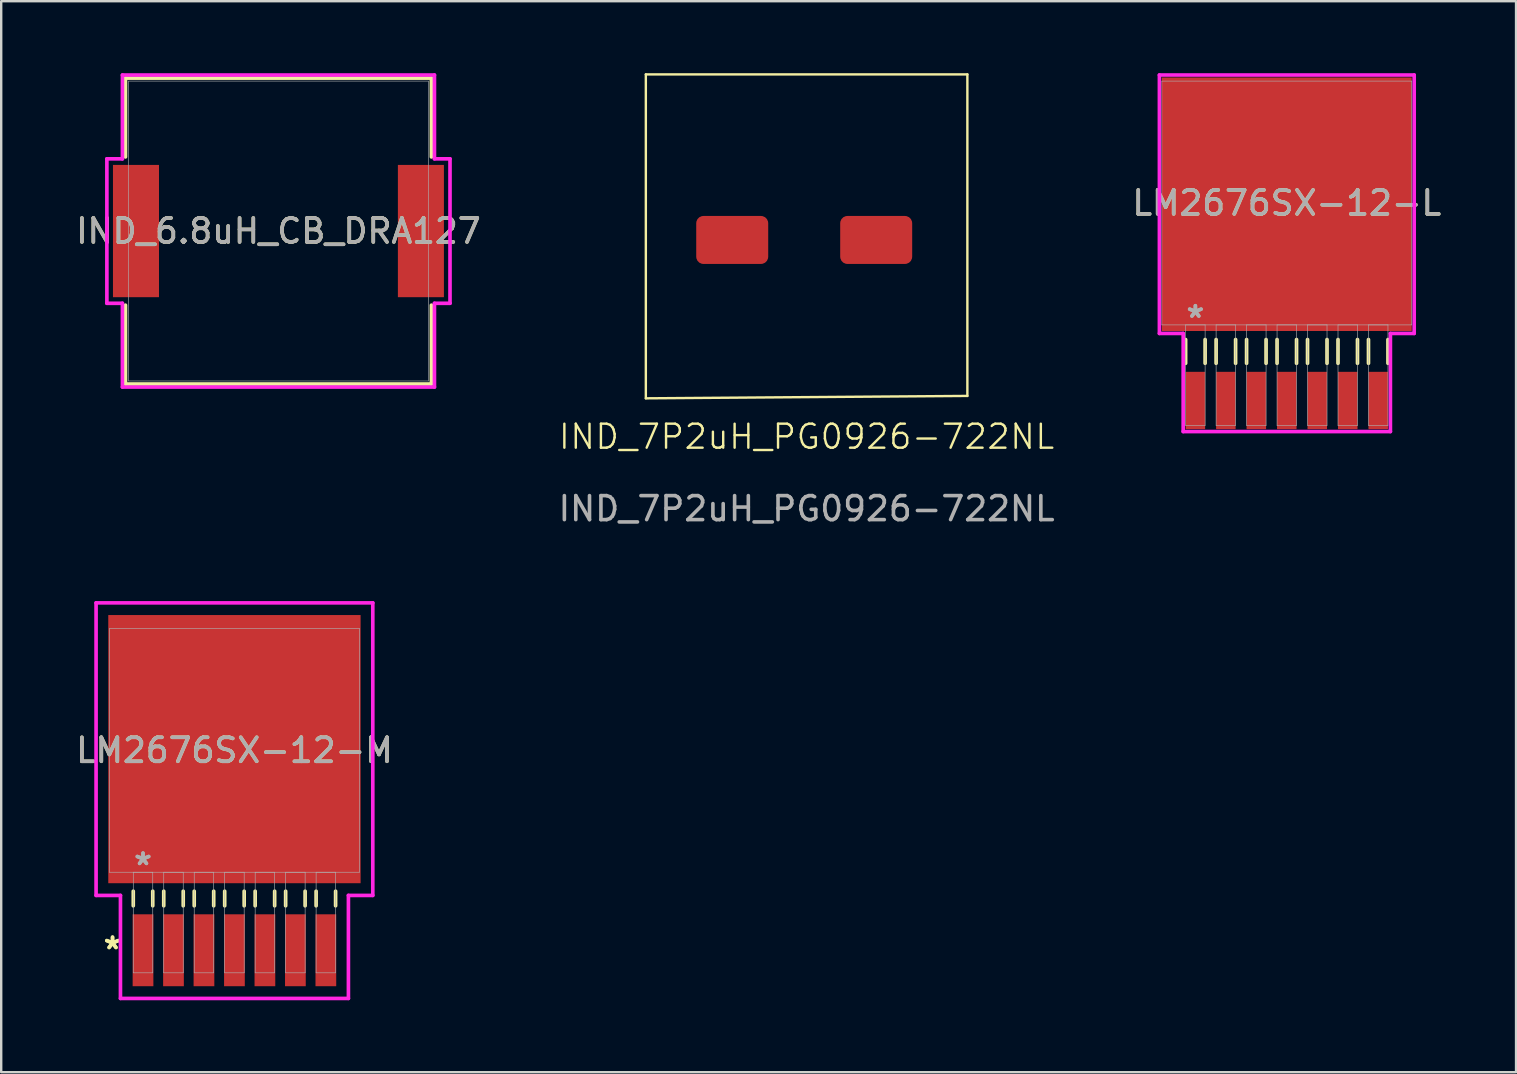
<source format=kicad_pcb>
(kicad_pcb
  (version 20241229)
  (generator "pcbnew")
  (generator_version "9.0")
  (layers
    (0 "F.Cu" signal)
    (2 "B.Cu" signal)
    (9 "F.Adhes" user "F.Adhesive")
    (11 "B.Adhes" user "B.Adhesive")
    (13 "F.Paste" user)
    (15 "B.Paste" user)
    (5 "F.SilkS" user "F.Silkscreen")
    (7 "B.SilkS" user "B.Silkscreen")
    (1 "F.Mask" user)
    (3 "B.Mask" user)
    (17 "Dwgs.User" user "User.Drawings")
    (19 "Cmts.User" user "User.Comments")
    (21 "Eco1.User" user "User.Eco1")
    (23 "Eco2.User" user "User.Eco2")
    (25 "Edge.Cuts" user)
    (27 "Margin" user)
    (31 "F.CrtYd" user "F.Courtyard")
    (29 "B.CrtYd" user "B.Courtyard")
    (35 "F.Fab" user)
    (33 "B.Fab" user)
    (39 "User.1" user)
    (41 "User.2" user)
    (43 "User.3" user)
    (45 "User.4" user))
  (footprint "IND_7P2uH_PG0926-722NL"
    (layer "F.Cu")
    (at 30.565 15.65)
    (property "Reference" "IND_7P2uH_PG0926-722NL" (at 0 -0.5 0) (unlocked yes) (layer "F.SilkS") (effects (font (size 1 1) (thickness 0.1))))
    (attr smd)
    (fp_line (start -6.7 -15.6) (end -6.7 -2.1) (stroke (width 0.1) (type default)) (layer "F.SilkS"))
    (fp_line (start -6.7 -2.1) (end 6.7 -2.2) (stroke (width 0.1) (type default)) (layer "F.SilkS"))
    (fp_line (start 6.7 -15.6) (end -6.7 -15.6) (stroke (width 0.1) (type default)) (layer "F.SilkS"))
    (fp_line (start 6.7 -2.2) (end 6.7 -15.6) (stroke (width 0.1) (type default)) (layer "F.SilkS"))
    (fp_text user "${REFERENCE}" (at 0 2.5 0) (unlocked yes) (layer "F.Fab") (effects (font (size 1 1) (thickness 0.15))))
    (pad "1" smd roundrect (at -3.1 -8.7) (size 3 2) (layers "F.Cu" "F.Mask" "F.Paste") (roundrect_rratio 0.15))
    (pad "2" smd roundrect (at 2.9 -8.7) (size 3 2) (layers "F.Cu" "F.Mask" "F.Paste") (roundrect_rratio 0.15)))
  (footprint "IND_6.8uH_CB_DRA127"
    (layer "F.Cu")
    (at 8.554 6.579)
    (property "Reference" "IND_6.8uH_CB_DRA127" (at 0 0 0) (unlocked yes) (layer "F.SilkS") (effects (font (size 1 1) (thickness 0.15))))
    (attr smd)
    (fp_line (start -6.375 -6.375) (end -6.375 -3.089) (stroke (width 0.152) (type solid)) (layer "F.SilkS"))
    (fp_line (start -6.375 3.089) (end -6.375 6.375) (stroke (width 0.152) (type solid)) (layer "F.SilkS"))
    (fp_line (start -6.375 6.375) (end 6.375 6.375) (stroke (width 0.152) (type solid)) (layer "F.SilkS"))
    (fp_line (start 6.375 -6.375) (end -6.375 -6.375) (stroke (width 0.152) (type solid)) (layer "F.SilkS"))
    (fp_line (start 6.375 -3.089) (end 6.375 -6.375) (stroke (width 0.152) (type solid)) (layer "F.SilkS"))
    (fp_line (start 6.375 6.375) (end 6.375 3.089) (stroke (width 0.152) (type solid)) (layer "F.SilkS"))
    (fp_line (start -7.15 -3.01) (end -6.502 -3.01) (stroke (width 0.152) (type solid)) (layer "F.CrtYd"))
    (fp_line (start -7.15 3.01) (end -7.15 -3.01) (stroke (width 0.152) (type solid)) (layer "F.CrtYd"))
    (fp_line (start -6.502 -6.502) (end 6.502 -6.502) (stroke (width 0.152) (type solid)) (layer "F.CrtYd"))
    (fp_line (start -6.502 -3.01) (end -6.502 -6.502) (stroke (width 0.152) (type solid)) (layer "F.CrtYd"))
    (fp_line (start -6.502 3.01) (end -7.15 3.01) (stroke (width 0.152) (type solid)) (layer "F.CrtYd"))
    (fp_line (start -6.502 6.502) (end -6.502 3.01) (stroke (width 0.152) (type solid)) (layer "F.CrtYd"))
    (fp_line (start 6.502 -6.502) (end 6.502 -3.01) (stroke (width 0.152) (type solid)) (layer "F.CrtYd"))
    (fp_line (start 6.502 -3.01) (end 7.15 -3.01) (stroke (width 0.152) (type solid)) (layer "F.CrtYd"))
    (fp_line (start 6.502 3.01) (end 6.502 6.502) (stroke (width 0.152) (type solid)) (layer "F.CrtYd"))
    (fp_line (start 6.502 6.502) (end -6.502 6.502) (stroke (width 0.152) (type solid)) (layer "F.CrtYd"))
    (fp_line (start 7.15 -3.01) (end 7.15 3.01) (stroke (width 0.152) (type solid)) (layer "F.CrtYd"))
    (fp_line (start 7.15 3.01) (end 6.502 3.01) (stroke (width 0.152) (type solid)) (layer "F.CrtYd"))
    (fp_line (start -6.248 -6.248) (end -6.248 6.248) (stroke (width 0.025) (type solid)) (layer "F.Fab"))
    (fp_line (start -6.248 6.248) (end 6.248 6.248) (stroke (width 0.025) (type solid)) (layer "F.Fab"))
    (fp_line (start 6.248 -6.248) (end -6.248 -6.248) (stroke (width 0.025) (type solid)) (layer "F.Fab"))
    (fp_line (start 6.248 6.248) (end 6.248 -6.248) (stroke (width 0.025) (type solid)) (layer "F.Fab"))
    (fp_circle (center -6.172 0) (end -6.172 0) (stroke (width 0.025) (type solid)) (fill no) (layer "F.Fab"))
    (fp_text user "${REFERENCE}" (at 0 0 0) (unlocked yes) (layer "F.Fab") (effects (font (size 1 1) (thickness 0.15))))
    (pad "1" smd rect (at -5.937 0) (size 1.918 5.512) (layers "F.Cu" "F.Mask" "F.Paste"))
    (pad "2" smd rect (at 5.937 0) (size 1.918 5.512) (layers "F.Cu" "F.Mask" "F.Paste"))
    (zone (net_name "") (layer "F.Cu") (hatch full 0.508) (connect_pads) (min_thickness 0.254) (filled_areas_thickness no) (keepout (tracks not_allowed) (vias not_allowed) (pads allowed) (copperpour not_allowed) (footprints allowed)) (placement (enabled no)) (fill) (polygon (pts (xy 3.626 0.381) (xy 13.481 0.381) (xy 13.481 12.776) (xy 3.626 12.776)))))
  (footprint "LM2676SX-12-M"
    (layer "F.Cu")
    (at 6.72 28.221)
    (property "Reference" "LM2676SX-12-M" (at 0 0 0) (unlocked yes) (layer "F.SilkS") (effects (font (size 1 1) (thickness 0.15))))
    (attr smd)
    (fp_line (start -4.216 5.87) (end -4.216 6.477) (stroke (width 0.152) (type solid)) (layer "F.SilkS"))
    (fp_line (start -3.404 5.87) (end -3.404 6.477) (stroke (width 0.152) (type solid)) (layer "F.SilkS"))
    (fp_line (start -2.946 5.87) (end -2.946 6.477) (stroke (width 0.152) (type solid)) (layer "F.SilkS"))
    (fp_line (start -2.134 5.87) (end -2.134 6.477) (stroke (width 0.152) (type solid)) (layer "F.SilkS"))
    (fp_line (start -1.676 5.87) (end -1.676 6.477) (stroke (width 0.152) (type solid)) (layer "F.SilkS"))
    (fp_line (start -0.864 5.87) (end -0.864 6.477) (stroke (width 0.152) (type solid)) (layer "F.SilkS"))
    (fp_line (start -0.406 5.87) (end -0.406 6.477) (stroke (width 0.152) (type solid)) (layer "F.SilkS"))
    (fp_line (start 0.406 5.87) (end 0.406 6.477) (stroke (width 0.152) (type solid)) (layer "F.SilkS"))
    (fp_line (start 0.864 5.87) (end 0.864 6.477) (stroke (width 0.152) (type solid)) (layer "F.SilkS"))
    (fp_line (start 1.676 5.87) (end 1.676 6.477) (stroke (width 0.152) (type solid)) (layer "F.SilkS"))
    (fp_line (start 2.134 5.87) (end 2.134 6.477) (stroke (width 0.152) (type solid)) (layer "F.SilkS"))
    (fp_line (start 2.946 5.87) (end 2.946 6.477) (stroke (width 0.152) (type solid)) (layer "F.SilkS"))
    (fp_line (start 3.404 5.87) (end 3.404 6.477) (stroke (width 0.152) (type solid)) (layer "F.SilkS"))
    (fp_line (start 4.216 5.87) (end 4.216 6.477) (stroke (width 0.152) (type solid)) (layer "F.SilkS"))
    (fp_line (start -5.766 -6.147) (end 5.766 -6.147) (stroke (width 0.152) (type solid)) (layer "F.CrtYd"))
    (fp_line (start -5.766 6.045) (end -5.766 -6.147) (stroke (width 0.152) (type solid)) (layer "F.CrtYd"))
    (fp_line (start -4.75 6.045) (end -5.766 6.045) (stroke (width 0.152) (type solid)) (layer "F.CrtYd"))
    (fp_line (start -4.75 10.338) (end -4.75 6.045) (stroke (width 0.152) (type solid)) (layer "F.CrtYd"))
    (fp_line (start 4.75 6.045) (end 4.75 10.338) (stroke (width 0.152) (type solid)) (layer "F.CrtYd"))
    (fp_line (start 4.75 10.338) (end -4.75 10.338) (stroke (width 0.152) (type solid)) (layer "F.CrtYd"))
    (fp_line (start 5.766 -6.147) (end 5.766 6.045) (stroke (width 0.152) (type solid)) (layer "F.CrtYd"))
    (fp_line (start 5.766 6.045) (end 4.75 6.045) (stroke (width 0.152) (type solid)) (layer "F.CrtYd"))
    (fp_line (start -5.207 -5.08) (end -5.207 5.08) (stroke (width 0.025) (type solid)) (layer "F.Fab"))
    (fp_line (start -5.207 5.08) (end 5.207 5.08) (stroke (width 0.025) (type solid)) (layer "F.Fab"))
    (fp_line (start -4.216 5.08) (end -4.216 9.271) (stroke (width 0.025) (type solid)) (layer "F.Fab"))
    (fp_line (start -4.216 9.271) (end -3.404 9.271) (stroke (width 0.025) (type solid)) (layer "F.Fab"))
    (fp_line (start -3.404 5.08) (end -4.216 5.08) (stroke (width 0.025) (type solid)) (layer "F.Fab"))
    (fp_line (start -3.404 9.271) (end -3.404 5.08) (stroke (width 0.025) (type solid)) (layer "F.Fab"))
    (fp_line (start -2.946 5.08) (end -2.946 9.271) (stroke (width 0.025) (type solid)) (layer "F.Fab"))
    (fp_line (start -2.946 9.271) (end -2.134 9.271) (stroke (width 0.025) (type solid)) (layer "F.Fab"))
    (fp_line (start -2.134 5.08) (end -2.946 5.08) (stroke (width 0.025) (type solid)) (layer "F.Fab"))
    (fp_line (start -2.134 9.271) (end -2.134 5.08) (stroke (width 0.025) (type solid)) (layer "F.Fab"))
    (fp_line (start -1.676 5.08) (end -1.676 9.271) (stroke (width 0.025) (type solid)) (layer "F.Fab"))
    (fp_line (start -1.676 9.271) (end -0.864 9.271) (stroke (width 0.025) (type solid)) (layer "F.Fab"))
    (fp_line (start -0.864 5.08) (end -1.676 5.08) (stroke (width 0.025) (type solid)) (layer "F.Fab"))
    (fp_line (start -0.864 9.271) (end -0.864 5.08) (stroke (width 0.025) (type solid)) (layer "F.Fab"))
    (fp_line (start -0.406 5.08) (end -0.406 9.271) (stroke (width 0.025) (type solid)) (layer "F.Fab"))
    (fp_line (start -0.406 9.271) (end 0.406 9.271) (stroke (width 0.025) (type solid)) (layer "F.Fab"))
    (fp_line (start 0.406 5.08) (end -0.406 5.08) (stroke (width 0.025) (type solid)) (layer "F.Fab"))
    (fp_line (start 0.406 9.271) (end 0.406 5.08) (stroke (width 0.025) (type solid)) (layer "F.Fab"))
    (fp_line (start 0.864 5.08) (end 0.864 9.271) (stroke (width 0.025) (type solid)) (layer "F.Fab"))
    (fp_line (start 0.864 9.271) (end 1.676 9.271) (stroke (width 0.025) (type solid)) (layer "F.Fab"))
    (fp_line (start 1.676 5.08) (end 0.864 5.08) (stroke (width 0.025) (type solid)) (layer "F.Fab"))
    (fp_line (start 1.676 9.271) (end 1.676 5.08) (stroke (width 0.025) (type solid)) (layer "F.Fab"))
    (fp_line (start 2.134 5.08) (end 2.134 9.271) (stroke (width 0.025) (type solid)) (layer "F.Fab"))
    (fp_line (start 2.134 9.271) (end 2.946 9.271) (stroke (width 0.025) (type solid)) (layer "F.Fab"))
    (fp_line (start 2.946 5.08) (end 2.134 5.08) (stroke (width 0.025) (type solid)) (layer "F.Fab"))
    (fp_line (start 2.946 9.271) (end 2.946 5.08) (stroke (width 0.025) (type solid)) (layer "F.Fab"))
    (fp_line (start 3.404 5.08) (end 3.404 9.271) (stroke (width 0.025) (type solid)) (layer "F.Fab"))
    (fp_line (start 3.404 9.271) (end 4.216 9.271) (stroke (width 0.025) (type solid)) (layer "F.Fab"))
    (fp_line (start 4.216 5.08) (end 3.404 5.08) (stroke (width 0.025) (type solid)) (layer "F.Fab"))
    (fp_line (start 4.216 9.271) (end 4.216 5.08) (stroke (width 0.025) (type solid)) (layer "F.Fab"))
    (fp_line (start 5.207 -5.08) (end -5.207 -5.08) (stroke (width 0.025) (type solid)) (layer "F.Fab"))
    (fp_line (start 5.207 5.08) (end 5.207 -5.08) (stroke (width 0.025) (type solid)) (layer "F.Fab"))
    (fp_text user "*" (at -5.08 8.331 0) (unlocked yes) (layer "F.SilkS") (effects (font (size 1 1) (thickness 0.15))))
    (fp_text user "*" (at -5.08 8.331 0) (layer "F.SilkS") (effects (font (size 1 1) (thickness 0.15))))
    (fp_text user "${REFERENCE}" (at 0 0 0) (unlocked yes) (layer "F.Fab") (effects (font (size 1 1) (thickness 0.15))))
    (fp_text user "*" (at -3.81 4.826 0) (unlocked yes) (layer "F.Fab") (effects (font (size 1 1) (thickness 0.15))))
    (fp_text user "*" (at -3.81 4.826 0) (layer "F.Fab") (effects (font (size 1 1) (thickness 0.15))))
    (pad "1" smd rect (at -3.81 8.331) (size 0.864 2.997) (layers "F.Cu" "F.Mask" "F.Paste"))
    (pad "2" smd rect (at -2.54 8.331) (size 0.864 2.997) (layers "F.Cu" "F.Mask" "F.Paste"))
    (pad "3" smd rect (at -1.27 8.331) (size 0.864 2.997) (layers "F.Cu" "F.Mask" "F.Paste"))
    (pad "4" smd rect (at 0 8.331) (size 0.864 2.997) (layers "F.Cu" "F.Mask" "F.Paste"))
    (pad "5" smd rect (at 1.27 8.331) (size 0.864 2.997) (layers "F.Cu" "F.Mask" "F.Paste"))
    (pad "6" smd rect (at 2.54 8.331) (size 0.864 2.997) (layers "F.Cu" "F.Mask" "F.Paste"))
    (pad "7" smd rect (at 3.81 8.331) (size 0.864 2.997) (layers "F.Cu" "F.Mask" "F.Paste"))
    (pad "8" smd rect (at 0 -0.051) (size 10.516 11.176) (layers "F.Cu" "F.Mask" "F.Paste")))
  (footprint "LM2676SX-12-L"
    (layer "F.Cu")
    (at 50.577 5.41)
    (property "Reference" "LM2676SX-12-L" (at 0 0 0) (unlocked yes) (layer "F.SilkS") (effects (font (size 1 1) (thickness 0.15))))
    (attr smd)
    (fp_line (start -4.216 5.69) (end -4.216 6.68) (stroke (width 0.152) (type solid)) (layer "F.SilkS"))
    (fp_line (start -3.404 5.69) (end -3.404 6.68) (stroke (width 0.152) (type solid)) (layer "F.SilkS"))
    (fp_line (start -2.946 5.69) (end -2.946 6.68) (stroke (width 0.152) (type solid)) (layer "F.SilkS"))
    (fp_line (start -2.134 5.69) (end -2.134 6.68) (stroke (width 0.152) (type solid)) (layer "F.SilkS"))
    (fp_line (start -1.676 5.69) (end -1.676 6.68) (stroke (width 0.152) (type solid)) (layer "F.SilkS"))
    (fp_line (start -0.864 5.69) (end -0.864 6.68) (stroke (width 0.152) (type solid)) (layer "F.SilkS"))
    (fp_line (start -0.406 5.69) (end -0.406 6.68) (stroke (width 0.152) (type solid)) (layer "F.SilkS"))
    (fp_line (start 0.406 5.69) (end 0.406 6.68) (stroke (width 0.152) (type solid)) (layer "F.SilkS"))
    (fp_line (start 0.864 5.69) (end 0.864 6.68) (stroke (width 0.152) (type solid)) (layer "F.SilkS"))
    (fp_line (start 1.676 5.69) (end 1.676 6.68) (stroke (width 0.152) (type solid)) (layer "F.SilkS"))
    (fp_line (start 2.134 5.69) (end 2.134 6.68) (stroke (width 0.152) (type solid)) (layer "F.SilkS"))
    (fp_line (start 2.946 5.69) (end 2.946 6.68) (stroke (width 0.152) (type solid)) (layer "F.SilkS"))
    (fp_line (start 3.404 5.69) (end 3.404 6.68) (stroke (width 0.152) (type solid)) (layer "F.SilkS"))
    (fp_line (start 4.216 5.69) (end 4.216 6.68) (stroke (width 0.152) (type solid)) (layer "F.SilkS"))
    (fp_line (start -5.309 -5.334) (end 5.309 -5.334) (stroke (width 0.152) (type solid)) (layer "F.CrtYd"))
    (fp_line (start -5.309 5.436) (end -5.309 -5.334) (stroke (width 0.152) (type solid)) (layer "F.CrtYd"))
    (fp_line (start -4.318 5.436) (end -5.309 5.436) (stroke (width 0.152) (type solid)) (layer "F.CrtYd"))
    (fp_line (start -4.318 9.525) (end -4.318 5.436) (stroke (width 0.152) (type solid)) (layer "F.CrtYd"))
    (fp_line (start 4.318 5.436) (end 4.318 9.525) (stroke (width 0.152) (type solid)) (layer "F.CrtYd"))
    (fp_line (start 4.318 9.525) (end -4.318 9.525) (stroke (width 0.152) (type solid)) (layer "F.CrtYd"))
    (fp_line (start 5.309 -5.334) (end 5.309 5.436) (stroke (width 0.152) (type solid)) (layer "F.CrtYd"))
    (fp_line (start 5.309 5.436) (end 4.318 5.436) (stroke (width 0.152) (type solid)) (layer "F.CrtYd"))
    (fp_line (start -5.207 -5.08) (end -5.207 5.08) (stroke (width 0.025) (type solid)) (layer "F.Fab"))
    (fp_line (start -5.207 5.08) (end 5.207 5.08) (stroke (width 0.025) (type solid)) (layer "F.Fab"))
    (fp_line (start -4.216 5.08) (end -4.216 9.271) (stroke (width 0.025) (type solid)) (layer "F.Fab"))
    (fp_line (start -4.216 9.271) (end -3.404 9.271) (stroke (width 0.025) (type solid)) (layer "F.Fab"))
    (fp_line (start -3.404 5.08) (end -4.216 5.08) (stroke (width 0.025) (type solid)) (layer "F.Fab"))
    (fp_line (start -3.404 9.271) (end -3.404 5.08) (stroke (width 0.025) (type solid)) (layer "F.Fab"))
    (fp_line (start -2.946 5.08) (end -2.946 9.271) (stroke (width 0.025) (type solid)) (layer "F.Fab"))
    (fp_line (start -2.946 9.271) (end -2.134 9.271) (stroke (width 0.025) (type solid)) (layer "F.Fab"))
    (fp_line (start -2.134 5.08) (end -2.946 5.08) (stroke (width 0.025) (type solid)) (layer "F.Fab"))
    (fp_line (start -2.134 9.271) (end -2.134 5.08) (stroke (width 0.025) (type solid)) (layer "F.Fab"))
    (fp_line (start -1.676 5.08) (end -1.676 9.271) (stroke (width 0.025) (type solid)) (layer "F.Fab"))
    (fp_line (start -1.676 9.271) (end -0.864 9.271) (stroke (width 0.025) (type solid)) (layer "F.Fab"))
    (fp_line (start -0.864 5.08) (end -1.676 5.08) (stroke (width 0.025) (type solid)) (layer "F.Fab"))
    (fp_line (start -0.864 9.271) (end -0.864 5.08) (stroke (width 0.025) (type solid)) (layer "F.Fab"))
    (fp_line (start -0.406 5.08) (end -0.406 9.271) (stroke (width 0.025) (type solid)) (layer "F.Fab"))
    (fp_line (start -0.406 9.271) (end 0.406 9.271) (stroke (width 0.025) (type solid)) (layer "F.Fab"))
    (fp_line (start 0.406 5.08) (end -0.406 5.08) (stroke (width 0.025) (type solid)) (layer "F.Fab"))
    (fp_line (start 0.406 9.271) (end 0.406 5.08) (stroke (width 0.025) (type solid)) (layer "F.Fab"))
    (fp_line (start 0.864 5.08) (end 0.864 9.271) (stroke (width 0.025) (type solid)) (layer "F.Fab"))
    (fp_line (start 0.864 9.271) (end 1.676 9.271) (stroke (width 0.025) (type solid)) (layer "F.Fab"))
    (fp_line (start 1.676 5.08) (end 0.864 5.08) (stroke (width 0.025) (type solid)) (layer "F.Fab"))
    (fp_line (start 1.676 9.271) (end 1.676 5.08) (stroke (width 0.025) (type solid)) (layer "F.Fab"))
    (fp_line (start 2.134 5.08) (end 2.134 9.271) (stroke (width 0.025) (type solid)) (layer "F.Fab"))
    (fp_line (start 2.134 9.271) (end 2.946 9.271) (stroke (width 0.025) (type solid)) (layer "F.Fab"))
    (fp_line (start 2.946 5.08) (end 2.134 5.08) (stroke (width 0.025) (type solid)) (layer "F.Fab"))
    (fp_line (start 2.946 9.271) (end 2.946 5.08) (stroke (width 0.025) (type solid)) (layer "F.Fab"))
    (fp_line (start 3.404 5.08) (end 3.404 9.271) (stroke (width 0.025) (type solid)) (layer "F.Fab"))
    (fp_line (start 3.404 9.271) (end 4.216 9.271) (stroke (width 0.025) (type solid)) (layer "F.Fab"))
    (fp_line (start 4.216 5.08) (end 3.404 5.08) (stroke (width 0.025) (type solid)) (layer "F.Fab"))
    (fp_line (start 4.216 9.271) (end 4.216 5.08) (stroke (width 0.025) (type solid)) (layer "F.Fab"))
    (fp_line (start 5.207 -5.08) (end -5.207 -5.08) (stroke (width 0.025) (type solid)) (layer "F.Fab"))
    (fp_line (start 5.207 5.08) (end 5.207 -5.08) (stroke (width 0.025) (type solid)) (layer "F.Fab"))
    (fp_text user "*" (at -3.81 4.826 0) (layer "F.Fab") (effects (font (size 1 1) (thickness 0.15))))
    (fp_text user "${REFERENCE}" (at 0 0 0) (unlocked yes) (layer "F.Fab") (effects (font (size 1 1) (thickness 0.15))))
    (fp_text user "*" (at -3.81 4.826 0) (unlocked yes) (layer "F.Fab") (effects (font (size 1 1) (thickness 0.15))))
    (pad "1" smd rect (at -3.81 8.23) (size 0.813 2.388) (layers "F.Cu" "F.Mask" "F.Paste"))
    (pad "2" smd rect (at -2.54 8.23) (size 0.813 2.388) (layers "F.Cu" "F.Mask" "F.Paste"))
    (pad "3" smd rect (at -1.27 8.23) (size 0.813 2.388) (layers "F.Cu" "F.Mask" "F.Paste"))
    (pad "4" smd rect (at 0 8.23) (size 0.813 2.388) (layers "F.Cu" "F.Mask" "F.Paste"))
    (pad "5" smd rect (at 1.27 8.23) (size 0.813 2.388) (layers "F.Cu" "F.Mask" "F.Paste"))
    (pad "6" smd rect (at 2.54 8.23) (size 0.813 2.388) (layers "F.Cu" "F.Mask" "F.Paste"))
    (pad "7" smd rect (at 3.81 8.23) (size 0.813 2.388) (layers "F.Cu" "F.Mask" "F.Paste"))
    (pad "8" smd rect (at 0 0.051) (size 10.414 10.566) (layers "F.Cu" "F.Mask" "F.Paste")))
  (gr_rect
    (start -3 -3)
    (end 60.131 41.635)
    (stroke (width 0.1) (type default))
    (fill no)
    (layer "Edge.Cuts")))
</source>
